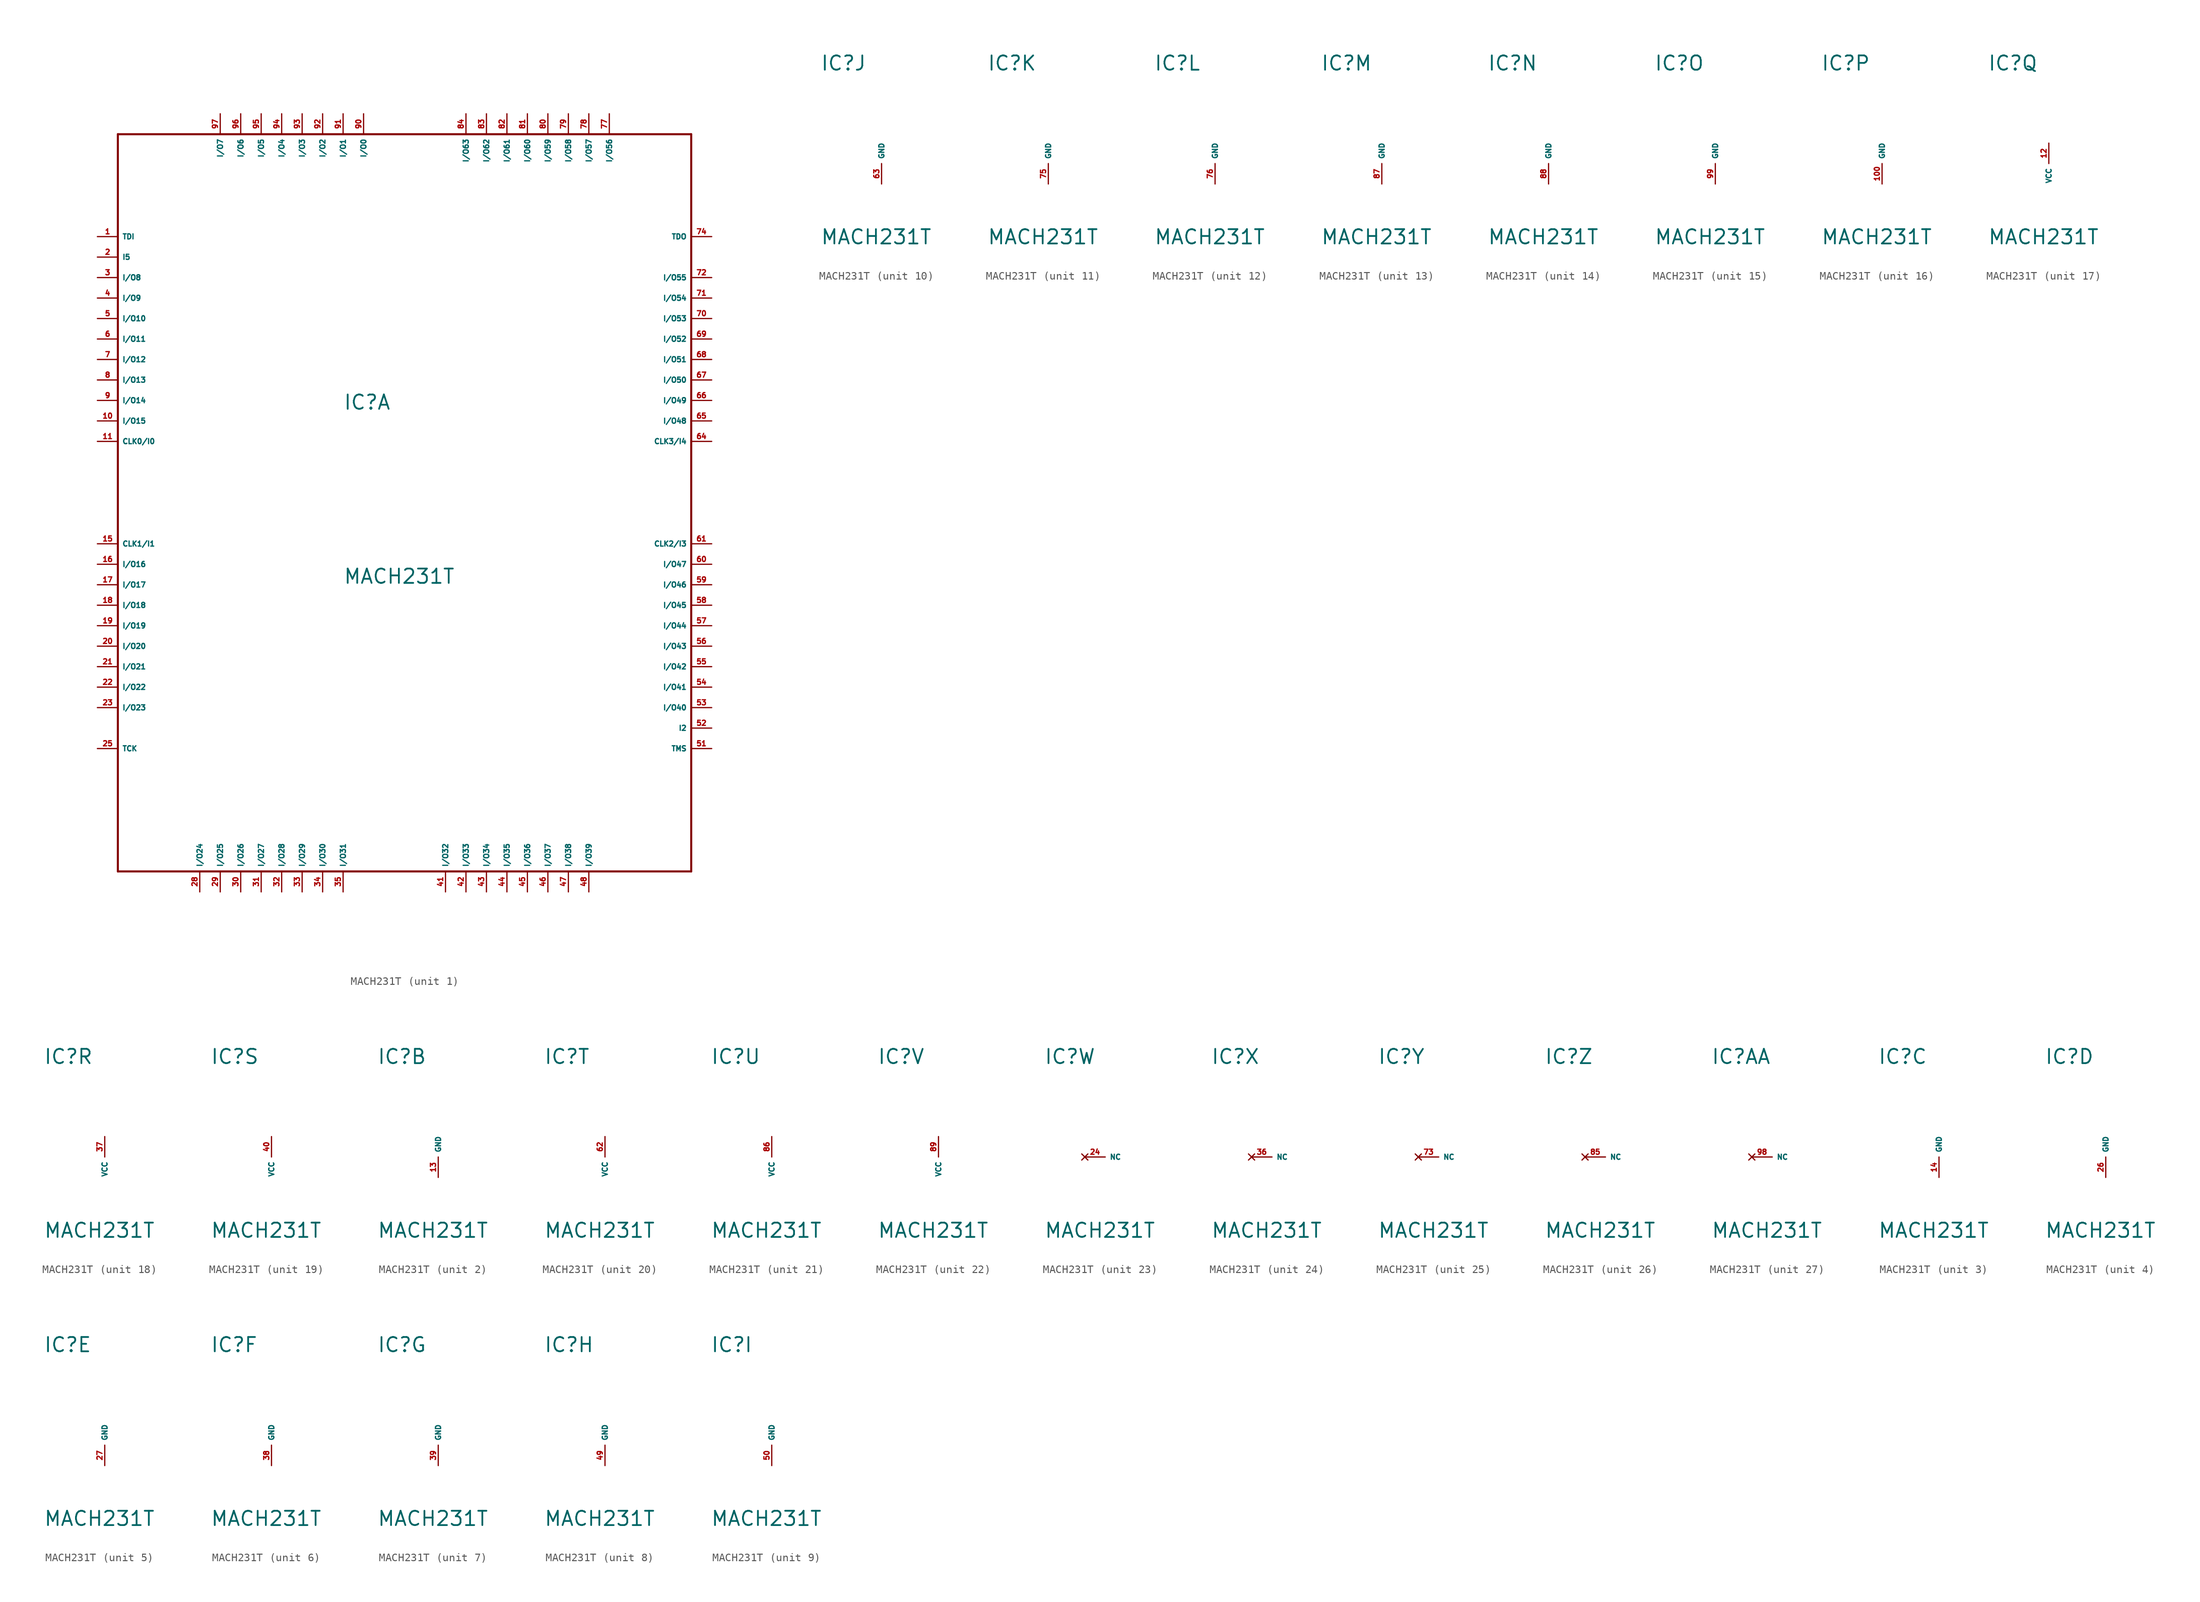
<source format=kicad_sym>
(kicad_symbol_lib
  (version 20220914)
  (generator Eagle2Kicad)
  (symbol "MACH231T"
    (property "Reference" "IC"
      (at -7.62 11.43 0)
      (effects (font (size 1.778 1.778) (thickness 0.22)) (justify left bottom)))
    (property "Value" "MACH231T"
      (at -7.62 -10.16 0)
      (effects (font (size 1.778 1.778) (thickness 0.22)) (justify left bottom)))
    (symbol "MACH231T_1_0"
      (polyline (pts (xy -35.56 45.72) (xy 35.56 45.72)) (stroke (width 0.254) (type default)) (fill (type none)))
      (polyline (pts (xy 35.56 45.72) (xy 35.56 -45.72)) (stroke (width 0.254) (type default)) (fill (type none)))
      (polyline (pts (xy 35.56 -45.72) (xy -35.56 -45.72)) (stroke (width 0.254) (type default)) (fill (type none)))
      (polyline (pts (xy -35.56 -45.72) (xy -35.56 45.72)) (stroke (width 0.254) (type default)) (fill (type none)))
      (pin bidirectional line (at -5.08 48.26 270) (length 2.54) (name "I/O0" (effects (font (size 0.635 0.635) (thickness 0.08)) (justify left bottom))) (number "90" (effects (font (size 0.635 0.635) (thickness 0.08)) (justify left bottom))))
      (pin bidirectional line (at -7.62 48.26 270) (length 2.54) (name "I/O1" (effects (font (size 0.635 0.635) (thickness 0.08)) (justify left bottom))) (number "91" (effects (font (size 0.635 0.635) (thickness 0.08)) (justify left bottom))))
      (pin bidirectional line (at -10.16 48.26 270) (length 2.54) (name "I/O2" (effects (font (size 0.635 0.635) (thickness 0.08)) (justify left bottom))) (number "92" (effects (font (size 0.635 0.635) (thickness 0.08)) (justify left bottom))))
      (pin bidirectional line (at -12.7 48.26 270) (length 2.54) (name "I/O3" (effects (font (size 0.635 0.635) (thickness 0.08)) (justify left bottom))) (number "93" (effects (font (size 0.635 0.635) (thickness 0.08)) (justify left bottom))))
      (pin bidirectional line (at -15.24 48.26 270) (length 2.54) (name "I/O4" (effects (font (size 0.635 0.635) (thickness 0.08)) (justify left bottom))) (number "94" (effects (font (size 0.635 0.635) (thickness 0.08)) (justify left bottom))))
      (pin bidirectional line (at -17.78 48.26 270) (length 2.54) (name "I/O5" (effects (font (size 0.635 0.635) (thickness 0.08)) (justify left bottom))) (number "95" (effects (font (size 0.635 0.635) (thickness 0.08)) (justify left bottom))))
      (pin bidirectional line (at -20.32 48.26 270) (length 2.54) (name "I/O6" (effects (font (size 0.635 0.635) (thickness 0.08)) (justify left bottom))) (number "96" (effects (font (size 0.635 0.635) (thickness 0.08)) (justify left bottom))))
      (pin bidirectional line (at -22.86 48.26 270) (length 2.54) (name "I/O7" (effects (font (size 0.635 0.635) (thickness 0.08)) (justify left bottom))) (number "97" (effects (font (size 0.635 0.635) (thickness 0.08)) (justify left bottom))))
      (pin bidirectional line (at -38.1 27.94 0) (length 2.54) (name "I/O8" (effects (font (size 0.635 0.635) (thickness 0.08)) (justify left bottom))) (number "3" (effects (font (size 0.635 0.635) (thickness 0.08)) (justify left bottom))))
      (pin bidirectional line (at -38.1 25.4 0) (length 2.54) (name "I/O9" (effects (font (size 0.635 0.635) (thickness 0.08)) (justify left bottom))) (number "4" (effects (font (size 0.635 0.635) (thickness 0.08)) (justify left bottom))))
      (pin bidirectional line (at -38.1 22.86 0) (length 2.54) (name "I/O10" (effects (font (size 0.635 0.635) (thickness 0.08)) (justify left bottom))) (number "5" (effects (font (size 0.635 0.635) (thickness 0.08)) (justify left bottom))))
      (pin bidirectional line (at -38.1 20.32 0) (length 2.54) (name "I/O11" (effects (font (size 0.635 0.635) (thickness 0.08)) (justify left bottom))) (number "6" (effects (font (size 0.635 0.635) (thickness 0.08)) (justify left bottom))))
      (pin bidirectional line (at -38.1 17.78 0) (length 2.54) (name "I/O12" (effects (font (size 0.635 0.635) (thickness 0.08)) (justify left bottom))) (number "7" (effects (font (size 0.635 0.635) (thickness 0.08)) (justify left bottom))))
      (pin bidirectional line (at -38.1 15.24 0) (length 2.54) (name "I/O13" (effects (font (size 0.635 0.635) (thickness 0.08)) (justify left bottom))) (number "8" (effects (font (size 0.635 0.635) (thickness 0.08)) (justify left bottom))))
      (pin bidirectional line (at -38.1 12.7 0) (length 2.54) (name "I/O14" (effects (font (size 0.635 0.635) (thickness 0.08)) (justify left bottom))) (number "9" (effects (font (size 0.635 0.635) (thickness 0.08)) (justify left bottom))))
      (pin bidirectional line (at -38.1 10.16 0) (length 2.54) (name "I/O15" (effects (font (size 0.635 0.635) (thickness 0.08)) (justify left bottom))) (number "10" (effects (font (size 0.635 0.635) (thickness 0.08)) (justify left bottom))))
      (pin bidirectional line (at -38.1 -7.62 0) (length 2.54) (name "I/O16" (effects (font (size 0.635 0.635) (thickness 0.08)) (justify left bottom))) (number "16" (effects (font (size 0.635 0.635) (thickness 0.08)) (justify left bottom))))
      (pin bidirectional line (at -38.1 -10.16 0) (length 2.54) (name "I/O17" (effects (font (size 0.635 0.635) (thickness 0.08)) (justify left bottom))) (number "17" (effects (font (size 0.635 0.635) (thickness 0.08)) (justify left bottom))))
      (pin bidirectional line (at -38.1 -12.7 0) (length 2.54) (name "I/O18" (effects (font (size 0.635 0.635) (thickness 0.08)) (justify left bottom))) (number "18" (effects (font (size 0.635 0.635) (thickness 0.08)) (justify left bottom))))
      (pin bidirectional line (at -38.1 -15.24 0) (length 2.54) (name "I/O19" (effects (font (size 0.635 0.635) (thickness 0.08)) (justify left bottom))) (number "19" (effects (font (size 0.635 0.635) (thickness 0.08)) (justify left bottom))))
      (pin bidirectional line (at -38.1 -17.78 0) (length 2.54) (name "I/O20" (effects (font (size 0.635 0.635) (thickness 0.08)) (justify left bottom))) (number "20" (effects (font (size 0.635 0.635) (thickness 0.08)) (justify left bottom))))
      (pin bidirectional line (at -38.1 -20.32 0) (length 2.54) (name "I/O21" (effects (font (size 0.635 0.635) (thickness 0.08)) (justify left bottom))) (number "21" (effects (font (size 0.635 0.635) (thickness 0.08)) (justify left bottom))))
      (pin bidirectional line (at -38.1 -22.86 0) (length 2.54) (name "I/O22" (effects (font (size 0.635 0.635) (thickness 0.08)) (justify left bottom))) (number "22" (effects (font (size 0.635 0.635) (thickness 0.08)) (justify left bottom))))
      (pin bidirectional line (at -38.1 -25.4 0) (length 2.54) (name "I/O23" (effects (font (size 0.635 0.635) (thickness 0.08)) (justify left bottom))) (number "23" (effects (font (size 0.635 0.635) (thickness 0.08)) (justify left bottom))))
      (pin bidirectional line (at -25.4 -48.26 90) (length 2.54) (name "I/O24" (effects (font (size 0.635 0.635) (thickness 0.08)) (justify left bottom))) (number "28" (effects (font (size 0.635 0.635) (thickness 0.08)) (justify left bottom))))
      (pin bidirectional line (at -22.86 -48.26 90) (length 2.54) (name "I/O25" (effects (font (size 0.635 0.635) (thickness 0.08)) (justify left bottom))) (number "29" (effects (font (size 0.635 0.635) (thickness 0.08)) (justify left bottom))))
      (pin bidirectional line (at -20.32 -48.26 90) (length 2.54) (name "I/O26" (effects (font (size 0.635 0.635) (thickness 0.08)) (justify left bottom))) (number "30" (effects (font (size 0.635 0.635) (thickness 0.08)) (justify left bottom))))
      (pin bidirectional line (at -17.78 -48.26 90) (length 2.54) (name "I/O27" (effects (font (size 0.635 0.635) (thickness 0.08)) (justify left bottom))) (number "31" (effects (font (size 0.635 0.635) (thickness 0.08)) (justify left bottom))))
      (pin bidirectional line (at -15.24 -48.26 90) (length 2.54) (name "I/O28" (effects (font (size 0.635 0.635) (thickness 0.08)) (justify left bottom))) (number "32" (effects (font (size 0.635 0.635) (thickness 0.08)) (justify left bottom))))
      (pin bidirectional line (at -12.7 -48.26 90) (length 2.54) (name "I/O29" (effects (font (size 0.635 0.635) (thickness 0.08)) (justify left bottom))) (number "33" (effects (font (size 0.635 0.635) (thickness 0.08)) (justify left bottom))))
      (pin bidirectional line (at -10.16 -48.26 90) (length 2.54) (name "I/O30" (effects (font (size 0.635 0.635) (thickness 0.08)) (justify left bottom))) (number "34" (effects (font (size 0.635 0.635) (thickness 0.08)) (justify left bottom))))
      (pin bidirectional line (at -7.62 -48.26 90) (length 2.54) (name "I/O31" (effects (font (size 0.635 0.635) (thickness 0.08)) (justify left bottom))) (number "35" (effects (font (size 0.635 0.635) (thickness 0.08)) (justify left bottom))))
      (pin bidirectional line (at 5.08 -48.26 90) (length 2.54) (name "I/O32" (effects (font (size 0.635 0.635) (thickness 0.08)) (justify left bottom))) (number "41" (effects (font (size 0.635 0.635) (thickness 0.08)) (justify left bottom))))
      (pin bidirectional line (at 7.62 -48.26 90) (length 2.54) (name "I/O33" (effects (font (size 0.635 0.635) (thickness 0.08)) (justify left bottom))) (number "42" (effects (font (size 0.635 0.635) (thickness 0.08)) (justify left bottom))))
      (pin bidirectional line (at 10.16 -48.26 90) (length 2.54) (name "I/O34" (effects (font (size 0.635 0.635) (thickness 0.08)) (justify left bottom))) (number "43" (effects (font (size 0.635 0.635) (thickness 0.08)) (justify left bottom))))
      (pin bidirectional line (at 12.7 -48.26 90) (length 2.54) (name "I/O35" (effects (font (size 0.635 0.635) (thickness 0.08)) (justify left bottom))) (number "44" (effects (font (size 0.635 0.635) (thickness 0.08)) (justify left bottom))))
      (pin bidirectional line (at 15.24 -48.26 90) (length 2.54) (name "I/O36" (effects (font (size 0.635 0.635) (thickness 0.08)) (justify left bottom))) (number "45" (effects (font (size 0.635 0.635) (thickness 0.08)) (justify left bottom))))
      (pin bidirectional line (at 17.78 -48.26 90) (length 2.54) (name "I/O37" (effects (font (size 0.635 0.635) (thickness 0.08)) (justify left bottom))) (number "46" (effects (font (size 0.635 0.635) (thickness 0.08)) (justify left bottom))))
      (pin bidirectional line (at 20.32 -48.26 90) (length 2.54) (name "I/O38" (effects (font (size 0.635 0.635) (thickness 0.08)) (justify left bottom))) (number "47" (effects (font (size 0.635 0.635) (thickness 0.08)) (justify left bottom))))
      (pin bidirectional line (at 22.86 -48.26 90) (length 2.54) (name "I/O39" (effects (font (size 0.635 0.635) (thickness 0.08)) (justify left bottom))) (number "48" (effects (font (size 0.635 0.635) (thickness 0.08)) (justify left bottom))))
      (pin bidirectional line (at 38.1 -25.4 180) (length 2.54) (name "I/O40" (effects (font (size 0.635 0.635) (thickness 0.08)) (justify left bottom))) (number "53" (effects (font (size 0.635 0.635) (thickness 0.08)) (justify left bottom))))
      (pin bidirectional line (at 38.1 -22.86 180) (length 2.54) (name "I/O41" (effects (font (size 0.635 0.635) (thickness 0.08)) (justify left bottom))) (number "54" (effects (font (size 0.635 0.635) (thickness 0.08)) (justify left bottom))))
      (pin bidirectional line (at 38.1 -20.32 180) (length 2.54) (name "I/O42" (effects (font (size 0.635 0.635) (thickness 0.08)) (justify left bottom))) (number "55" (effects (font (size 0.635 0.635) (thickness 0.08)) (justify left bottom))))
      (pin bidirectional line (at 38.1 -17.78 180) (length 2.54) (name "I/O43" (effects (font (size 0.635 0.635) (thickness 0.08)) (justify left bottom))) (number "56" (effects (font (size 0.635 0.635) (thickness 0.08)) (justify left bottom))))
      (pin bidirectional line (at 38.1 -15.24 180) (length 2.54) (name "I/O44" (effects (font (size 0.635 0.635) (thickness 0.08)) (justify left bottom))) (number "57" (effects (font (size 0.635 0.635) (thickness 0.08)) (justify left bottom))))
      (pin bidirectional line (at 38.1 -12.7 180) (length 2.54) (name "I/O45" (effects (font (size 0.635 0.635) (thickness 0.08)) (justify left bottom))) (number "58" (effects (font (size 0.635 0.635) (thickness 0.08)) (justify left bottom))))
      (pin bidirectional line (at 38.1 -10.16 180) (length 2.54) (name "I/O46" (effects (font (size 0.635 0.635) (thickness 0.08)) (justify left bottom))) (number "59" (effects (font (size 0.635 0.635) (thickness 0.08)) (justify left bottom))))
      (pin bidirectional line (at 38.1 -7.62 180) (length 2.54) (name "I/O47" (effects (font (size 0.635 0.635) (thickness 0.08)) (justify left bottom))) (number "60" (effects (font (size 0.635 0.635) (thickness 0.08)) (justify left bottom))))
      (pin bidirectional line (at 38.1 10.16 180) (length 2.54) (name "I/O48" (effects (font (size 0.635 0.635) (thickness 0.08)) (justify left bottom))) (number "65" (effects (font (size 0.635 0.635) (thickness 0.08)) (justify left bottom))))
      (pin bidirectional line (at 38.1 12.7 180) (length 2.54) (name "I/O49" (effects (font (size 0.635 0.635) (thickness 0.08)) (justify left bottom))) (number "66" (effects (font (size 0.635 0.635) (thickness 0.08)) (justify left bottom))))
      (pin bidirectional line (at 38.1 15.24 180) (length 2.54) (name "I/O50" (effects (font (size 0.635 0.635) (thickness 0.08)) (justify left bottom))) (number "67" (effects (font (size 0.635 0.635) (thickness 0.08)) (justify left bottom))))
      (pin bidirectional line (at 38.1 17.78 180) (length 2.54) (name "I/O51" (effects (font (size 0.635 0.635) (thickness 0.08)) (justify left bottom))) (number "68" (effects (font (size 0.635 0.635) (thickness 0.08)) (justify left bottom))))
      (pin bidirectional line (at 38.1 20.32 180) (length 2.54) (name "I/O52" (effects (font (size 0.635 0.635) (thickness 0.08)) (justify left bottom))) (number "69" (effects (font (size 0.635 0.635) (thickness 0.08)) (justify left bottom))))
      (pin bidirectional line (at 38.1 22.86 180) (length 2.54) (name "I/O53" (effects (font (size 0.635 0.635) (thickness 0.08)) (justify left bottom))) (number "70" (effects (font (size 0.635 0.635) (thickness 0.08)) (justify left bottom))))
      (pin bidirectional line (at 38.1 25.4 180) (length 2.54) (name "I/O54" (effects (font (size 0.635 0.635) (thickness 0.08)) (justify left bottom))) (number "71" (effects (font (size 0.635 0.635) (thickness 0.08)) (justify left bottom))))
      (pin bidirectional line (at 38.1 27.94 180) (length 2.54) (name "I/O55" (effects (font (size 0.635 0.635) (thickness 0.08)) (justify left bottom))) (number "72" (effects (font (size 0.635 0.635) (thickness 0.08)) (justify left bottom))))
      (pin bidirectional line (at 25.4 48.26 270) (length 2.54) (name "I/O56" (effects (font (size 0.635 0.635) (thickness 0.08)) (justify left bottom))) (number "77" (effects (font (size 0.635 0.635) (thickness 0.08)) (justify left bottom))))
      (pin bidirectional line (at 22.86 48.26 270) (length 2.54) (name "I/O57" (effects (font (size 0.635 0.635) (thickness 0.08)) (justify left bottom))) (number "78" (effects (font (size 0.635 0.635) (thickness 0.08)) (justify left bottom))))
      (pin bidirectional line (at 20.32 48.26 270) (length 2.54) (name "I/O58" (effects (font (size 0.635 0.635) (thickness 0.08)) (justify left bottom))) (number "79" (effects (font (size 0.635 0.635) (thickness 0.08)) (justify left bottom))))
      (pin bidirectional line (at 17.78 48.26 270) (length 2.54) (name "I/O59" (effects (font (size 0.635 0.635) (thickness 0.08)) (justify left bottom))) (number "80" (effects (font (size 0.635 0.635) (thickness 0.08)) (justify left bottom))))
      (pin bidirectional line (at 15.24 48.26 270) (length 2.54) (name "I/O60" (effects (font (size 0.635 0.635) (thickness 0.08)) (justify left bottom))) (number "81" (effects (font (size 0.635 0.635) (thickness 0.08)) (justify left bottom))))
      (pin bidirectional line (at 12.7 48.26 270) (length 2.54) (name "I/O61" (effects (font (size 0.635 0.635) (thickness 0.08)) (justify left bottom))) (number "82" (effects (font (size 0.635 0.635) (thickness 0.08)) (justify left bottom))))
      (pin bidirectional line (at 10.16 48.26 270) (length 2.54) (name "I/O62" (effects (font (size 0.635 0.635) (thickness 0.08)) (justify left bottom))) (number "83" (effects (font (size 0.635 0.635) (thickness 0.08)) (justify left bottom))))
      (pin bidirectional line (at 7.62 48.26 270) (length 2.54) (name "I/O63" (effects (font (size 0.635 0.635) (thickness 0.08)) (justify left bottom))) (number "84" (effects (font (size 0.635 0.635) (thickness 0.08)) (justify left bottom))))
      (pin input line (at -38.1 7.62 0) (length 2.54) (name "CLK0/I0" (effects (font (size 0.635 0.635) (thickness 0.08)) (justify left bottom))) (number "11" (effects (font (size 0.635 0.635) (thickness 0.08)) (justify left bottom))))
      (pin input line (at -38.1 -5.08 0) (length 2.54) (name "CLK1/I1" (effects (font (size 0.635 0.635) (thickness 0.08)) (justify left bottom))) (number "15" (effects (font (size 0.635 0.635) (thickness 0.08)) (justify left bottom))))
      (pin input line (at 38.1 -27.94 180) (length 2.54) (name "I2" (effects (font (size 0.635 0.635) (thickness 0.08)) (justify left bottom))) (number "52" (effects (font (size 0.635 0.635) (thickness 0.08)) (justify left bottom))))
      (pin input line (at 38.1 -5.08 180) (length 2.54) (name "CLK2/I3" (effects (font (size 0.635 0.635) (thickness 0.08)) (justify left bottom))) (number "61" (effects (font (size 0.635 0.635) (thickness 0.08)) (justify left bottom))))
      (pin input line (at 38.1 7.62 180) (length 2.54) (name "CLK3/I4" (effects (font (size 0.635 0.635) (thickness 0.08)) (justify left bottom))) (number "64" (effects (font (size 0.635 0.635) (thickness 0.08)) (justify left bottom))))
      (pin input line (at -38.1 30.48 0) (length 2.54) (name "I5" (effects (font (size 0.635 0.635) (thickness 0.08)) (justify left bottom))) (number "2" (effects (font (size 0.635 0.635) (thickness 0.08)) (justify left bottom))))
      (pin input line (at -38.1 33.02 0) (length 2.54) (name "TDI" (effects (font (size 0.635 0.635) (thickness 0.08)) (justify left bottom))) (number "1" (effects (font (size 0.635 0.635) (thickness 0.08)) (justify left bottom))))
      (pin input line (at -38.1 -30.48 0) (length 2.54) (name "TCK" (effects (font (size 0.635 0.635) (thickness 0.08)) (justify left bottom))) (number "25" (effects (font (size 0.635 0.635) (thickness 0.08)) (justify left bottom))))
      (pin input line (at 38.1 -30.48 180) (length 2.54) (name "TMS" (effects (font (size 0.635 0.635) (thickness 0.08)) (justify left bottom))) (number "51" (effects (font (size 0.635 0.635) (thickness 0.08)) (justify left bottom))))
      (pin input line (at 38.1 33.02 180) (length 2.54) (name "TDO" (effects (font (size 0.635 0.635) (thickness 0.08)) (justify left bottom))) (number "74" (effects (font (size 0.635 0.635) (thickness 0.08)) (justify left bottom)))))
    (symbol "MACH231T_2_0"
      (pin unspecified line (at 0 -2.54 90) (length 2.54) (name "GND" (effects (font (size 0.635 0.635) (thickness 0.08)) (justify left bottom))) (number "13" (effects (font (size 0.635 0.635) (thickness 0.08)) (justify left bottom)))))
    (symbol "MACH231T_3_0"
      (pin unspecified line (at 0 -2.54 90) (length 2.54) (name "GND" (effects (font (size 0.635 0.635) (thickness 0.08)) (justify left bottom))) (number "14" (effects (font (size 0.635 0.635) (thickness 0.08)) (justify left bottom)))))
    (symbol "MACH231T_4_0"
      (pin unspecified line (at 0 -2.54 90) (length 2.54) (name "GND" (effects (font (size 0.635 0.635) (thickness 0.08)) (justify left bottom))) (number "26" (effects (font (size 0.635 0.635) (thickness 0.08)) (justify left bottom)))))
    (symbol "MACH231T_5_0"
      (pin unspecified line (at 0 -2.54 90) (length 2.54) (name "GND" (effects (font (size 0.635 0.635) (thickness 0.08)) (justify left bottom))) (number "27" (effects (font (size 0.635 0.635) (thickness 0.08)) (justify left bottom)))))
    (symbol "MACH231T_6_0"
      (pin unspecified line (at 0 -2.54 90) (length 2.54) (name "GND" (effects (font (size 0.635 0.635) (thickness 0.08)) (justify left bottom))) (number "38" (effects (font (size 0.635 0.635) (thickness 0.08)) (justify left bottom)))))
    (symbol "MACH231T_7_0"
      (pin unspecified line (at 0 -2.54 90) (length 2.54) (name "GND" (effects (font (size 0.635 0.635) (thickness 0.08)) (justify left bottom))) (number "39" (effects (font (size 0.635 0.635) (thickness 0.08)) (justify left bottom)))))
    (symbol "MACH231T_8_0"
      (pin unspecified line (at 0 -2.54 90) (length 2.54) (name "GND" (effects (font (size 0.635 0.635) (thickness 0.08)) (justify left bottom))) (number "49" (effects (font (size 0.635 0.635) (thickness 0.08)) (justify left bottom)))))
    (symbol "MACH231T_9_0"
      (pin unspecified line (at 0 -2.54 90) (length 2.54) (name "GND" (effects (font (size 0.635 0.635) (thickness 0.08)) (justify left bottom))) (number "50" (effects (font (size 0.635 0.635) (thickness 0.08)) (justify left bottom)))))
    (symbol "MACH231T_10_0"
      (pin unspecified line (at 0 -2.54 90) (length 2.54) (name "GND" (effects (font (size 0.635 0.635) (thickness 0.08)) (justify left bottom))) (number "63" (effects (font (size 0.635 0.635) (thickness 0.08)) (justify left bottom)))))
    (symbol "MACH231T_11_0"
      (pin unspecified line (at 0 -2.54 90) (length 2.54) (name "GND" (effects (font (size 0.635 0.635) (thickness 0.08)) (justify left bottom))) (number "75" (effects (font (size 0.635 0.635) (thickness 0.08)) (justify left bottom)))))
    (symbol "MACH231T_12_0"
      (pin unspecified line (at 0 -2.54 90) (length 2.54) (name "GND" (effects (font (size 0.635 0.635) (thickness 0.08)) (justify left bottom))) (number "76" (effects (font (size 0.635 0.635) (thickness 0.08)) (justify left bottom)))))
    (symbol "MACH231T_13_0"
      (pin unspecified line (at 0 -2.54 90) (length 2.54) (name "GND" (effects (font (size 0.635 0.635) (thickness 0.08)) (justify left bottom))) (number "87" (effects (font (size 0.635 0.635) (thickness 0.08)) (justify left bottom)))))
    (symbol "MACH231T_14_0"
      (pin unspecified line (at 0 -2.54 90) (length 2.54) (name "GND" (effects (font (size 0.635 0.635) (thickness 0.08)) (justify left bottom))) (number "88" (effects (font (size 0.635 0.635) (thickness 0.08)) (justify left bottom)))))
    (symbol "MACH231T_15_0"
      (pin unspecified line (at 0 -2.54 90) (length 2.54) (name "GND" (effects (font (size 0.635 0.635) (thickness 0.08)) (justify left bottom))) (number "99" (effects (font (size 0.635 0.635) (thickness 0.08)) (justify left bottom)))))
    (symbol "MACH231T_16_0"
      (pin unspecified line (at 0 -2.54 90) (length 2.54) (name "GND" (effects (font (size 0.635 0.635) (thickness 0.08)) (justify left bottom))) (number "100" (effects (font (size 0.635 0.635) (thickness 0.08)) (justify left bottom)))))
    (symbol "MACH231T_17_0"
      (pin unspecified line (at 0 2.54 270) (length 2.54) (name "VCC" (effects (font (size 0.635 0.635) (thickness 0.08)) (justify left bottom))) (number "12" (effects (font (size 0.635 0.635) (thickness 0.08)) (justify left bottom)))))
    (symbol "MACH231T_18_0"
      (pin unspecified line (at 0 2.54 270) (length 2.54) (name "VCC" (effects (font (size 0.635 0.635) (thickness 0.08)) (justify left bottom))) (number "37" (effects (font (size 0.635 0.635) (thickness 0.08)) (justify left bottom)))))
    (symbol "MACH231T_19_0"
      (pin unspecified line (at 0 2.54 270) (length 2.54) (name "VCC" (effects (font (size 0.635 0.635) (thickness 0.08)) (justify left bottom))) (number "40" (effects (font (size 0.635 0.635) (thickness 0.08)) (justify left bottom)))))
    (symbol "MACH231T_20_0"
      (pin unspecified line (at 0 2.54 270) (length 2.54) (name "VCC" (effects (font (size 0.635 0.635) (thickness 0.08)) (justify left bottom))) (number "62" (effects (font (size 0.635 0.635) (thickness 0.08)) (justify left bottom)))))
    (symbol "MACH231T_21_0"
      (pin unspecified line (at 0 2.54 270) (length 2.54) (name "VCC" (effects (font (size 0.635 0.635) (thickness 0.08)) (justify left bottom))) (number "86" (effects (font (size 0.635 0.635) (thickness 0.08)) (justify left bottom)))))
    (symbol "MACH231T_22_0"
      (pin unspecified line (at 0 2.54 270) (length 2.54) (name "VCC" (effects (font (size 0.635 0.635) (thickness 0.08)) (justify left bottom))) (number "89" (effects (font (size 0.635 0.635) (thickness 0.08)) (justify left bottom)))))
    (symbol "MACH231T_23_0"
      (pin no_connect line (at -2.54 0 0) (length 2.54) (name "NC" (effects (font (size 0.635 0.635) (thickness 0.08)) (justify left bottom) hide)) (number "24" (effects (font (size 0.635 0.635) (thickness 0.08)) (justify left bottom) hide))))
    (symbol "MACH231T_24_0"
      (pin no_connect line (at -2.54 0 0) (length 2.54) (name "NC" (effects (font (size 0.635 0.635) (thickness 0.08)) (justify left bottom) hide)) (number "36" (effects (font (size 0.635 0.635) (thickness 0.08)) (justify left bottom) hide))))
    (symbol "MACH231T_25_0"
      (pin no_connect line (at -2.54 0 0) (length 2.54) (name "NC" (effects (font (size 0.635 0.635) (thickness 0.08)) (justify left bottom) hide)) (number "73" (effects (font (size 0.635 0.635) (thickness 0.08)) (justify left bottom) hide))))
    (symbol "MACH231T_26_0"
      (pin no_connect line (at -2.54 0 0) (length 2.54) (name "NC" (effects (font (size 0.635 0.635) (thickness 0.08)) (justify left bottom) hide)) (number "85" (effects (font (size 0.635 0.635) (thickness 0.08)) (justify left bottom) hide))))
    (symbol "MACH231T_27_0"
      (pin no_connect line (at -2.54 0 0) (length 2.54) (name "NC" (effects (font (size 0.635 0.635) (thickness 0.08)) (justify left bottom) hide)) (number "98" (effects (font (size 0.635 0.635) (thickness 0.08)) (justify left bottom) hide))))))
</source>
